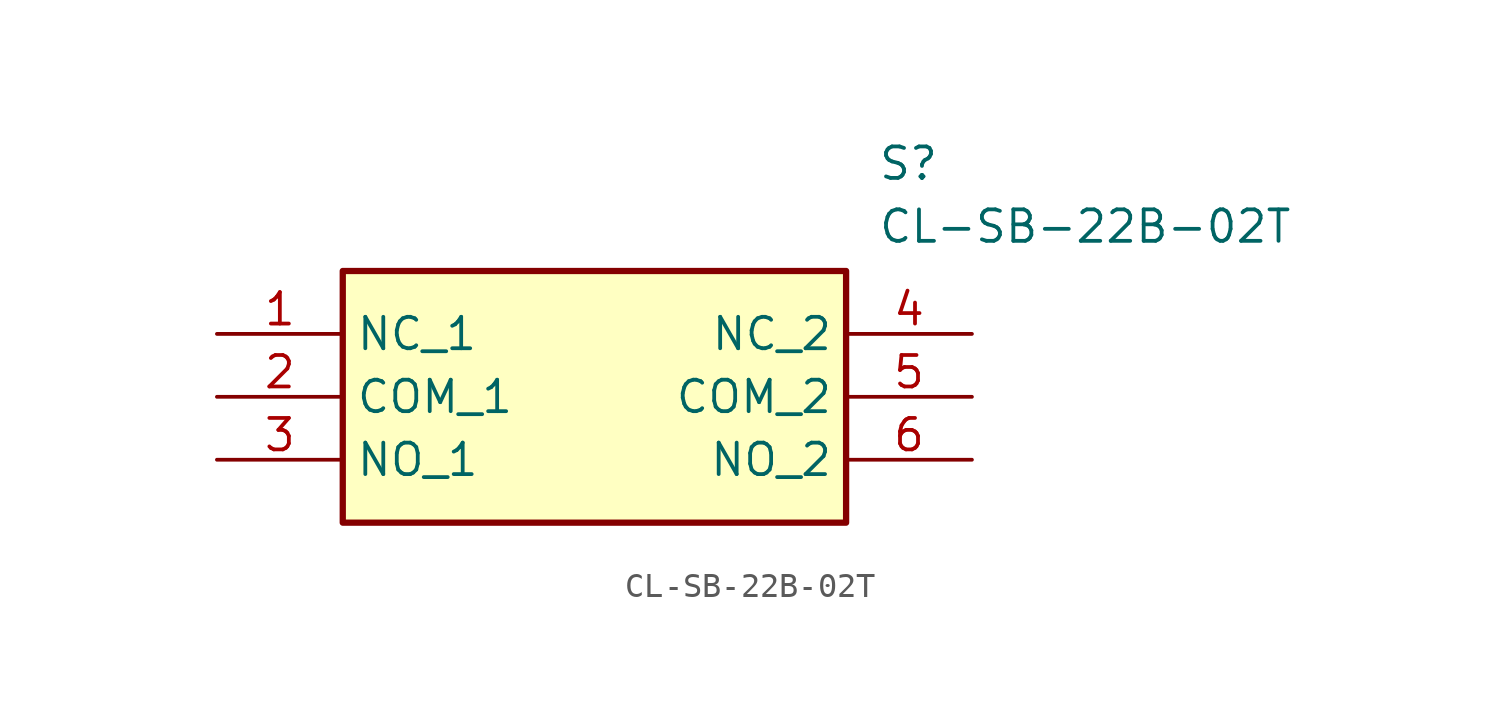
<source format=kicad_sym>
(kicad_symbol_lib
  (version 20211014)
  (generator SamacSys_ECAD_Model)
  (symbol "CL-SB-22B-02T"
    (property "Reference" "S"
      (at 26.67 7.62 0)
      (effects (font (size 1.27 1.27)) (justify left top)))
    (property "Value" "CL-SB-22B-02T"
      (at 26.67 5.08 0)
      (effects (font (size 1.27 1.27)) (justify left top)))
    (rectangle
      (start 5.08 2.54)
      (end 25.4 -7.62)
      (stroke (width 0.254) (type default))
      (fill (type background)))
    (pin passive line
      (at 0 0 0)
      (length 5.08)
      (name "NC_1" (effects (font (size 1.27 1.27))))
      (number "1" (effects (font (size 1.27 1.27)))))
    (pin passive line
      (at 0 -2.54 0)
      (length 5.08)
      (name "COM_1" (effects (font (size 1.27 1.27))))
      (number "2" (effects (font (size 1.27 1.27)))))
    (pin passive line
      (at 0 -5.08 0)
      (length 5.08)
      (name "NO_1" (effects (font (size 1.27 1.27))))
      (number "3" (effects (font (size 1.27 1.27)))))
    (pin passive line
      (at 30.48 0 180)
      (length 5.08)
      (name "NC_2" (effects (font (size 1.27 1.27))))
      (number "4" (effects (font (size 1.27 1.27)))))
    (pin passive line
      (at 30.48 -2.54 180)
      (length 5.08)
      (name "COM_2" (effects (font (size 1.27 1.27))))
      (number "5" (effects (font (size 1.27 1.27)))))
    (pin passive line
      (at 30.48 -5.08 180)
      (length 5.08)
      (name "NO_2" (effects (font (size 1.27 1.27))))
      (number "6" (effects (font (size 1.27 1.27)))))))
</source>
